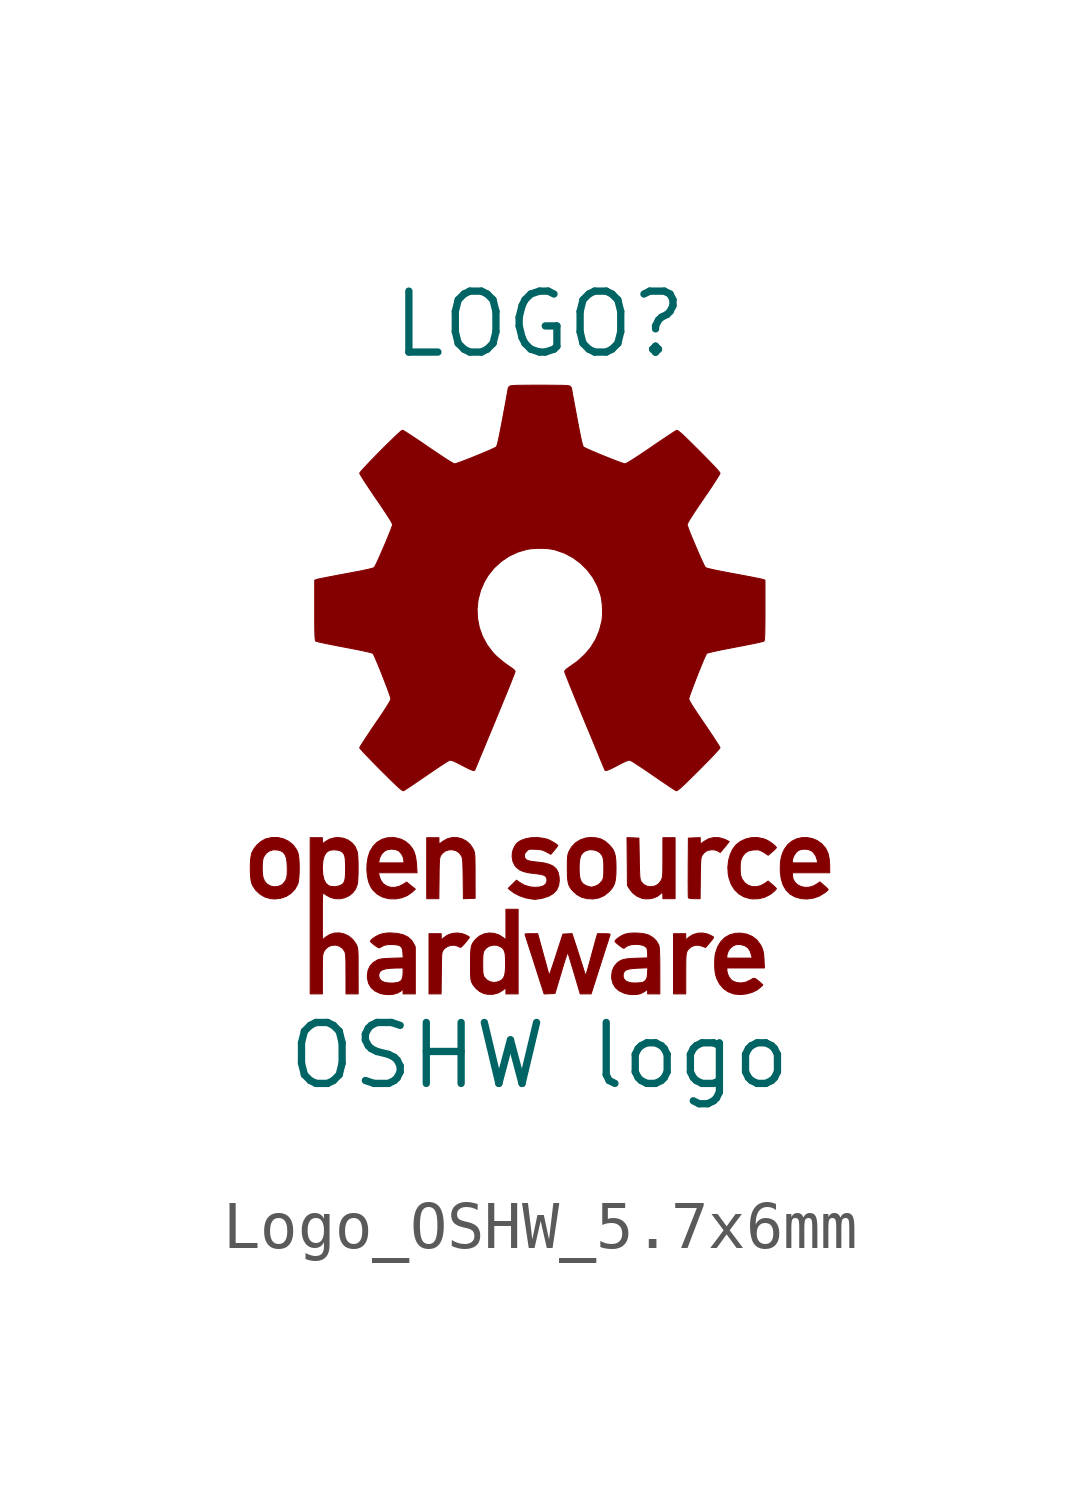
<source format=kicad_sym>
(kicad_symbol_lib
  (version 20231120)
  (generator "kicad_symbol_editor")
  (generator_version "8.0")
  (symbol "Logo_OSHW_5.7x6mm"
    (pin_names
      (offset 1.016))
    (property "Reference" "LOGO"
      (at 0 7.62 0)
      (effects (font (size 1.27 1.27))))
    (property "Value" "OSHW logo"
      (at 0 -7.62 0)
      (effects (font (size 1.27 1.27))))
    (symbol "Logo_OSHW_5.7x6mm_0_0"
      (polyline (pts (xy 3.048 -5.917) (xy 3.048 -5.835) (xy 3.049 -5.724) (xy 3.05 -5.638) (xy 3.052 -5.573) (xy 3.056 -5.526) (xy 3.061 -5.491) (xy 3.067 -5.466) (xy 3.076 -5.445) (xy 3.103 -5.403) (xy 3.164 -5.351) (xy 3.239 -5.323) (xy 3.321 -5.32) (xy 3.404 -5.345) (xy 3.416 -5.35) (xy 3.449 -5.363) (xy 3.465 -5.365) (xy 3.467 -5.362) (xy 3.484 -5.341) (xy 3.516 -5.304) (xy 3.555 -5.257) (xy 3.594 -5.21) (xy 3.619 -5.175) (xy 3.626 -5.154) (xy 3.618 -5.141) (xy 3.615 -5.14) (xy 3.514 -5.09) (xy 3.408 -5.066) (xy 3.301 -5.069) (xy 3.2 -5.099) (xy 3.112 -5.154) (xy 3.048 -5.209) (xy 3.048 -5.145) (xy 3.048 -5.08) (xy 2.921 -5.08) (xy 2.794 -5.08) (xy 2.794 -5.707) (xy 2.794 -6.334) (xy 2.921 -6.334) (xy 3.048 -6.334) (xy 3.048 -5.917)) (stroke (width 0.01) (type default)) (fill (type outline)))
      (polyline (pts (xy -2.045 -5.902) (xy -2.043 -5.782) (xy -2.042 -5.679) (xy -2.04 -5.601) (xy -2.038 -5.542) (xy -2.034 -5.5) (xy -2.029 -5.471) (xy -2.022 -5.449) (xy -2.013 -5.432) (xy -2.002 -5.415) (xy -1.98 -5.39) (xy -1.918 -5.346) (xy -1.843 -5.322) (xy -1.767 -5.32) (xy -1.699 -5.342) (xy -1.667 -5.357) (xy -1.642 -5.365) (xy -1.631 -5.358) (xy -1.604 -5.332) (xy -1.568 -5.294) (xy -1.53 -5.249) (xy -1.496 -5.206) (xy -1.47 -5.172) (xy -1.46 -5.153) (xy -1.469 -5.144) (xy -1.499 -5.126) (xy -1.544 -5.103) (xy -1.607 -5.08) (xy -1.714 -5.065) (xy -1.82 -5.075) (xy -1.92 -5.111) (xy -2.004 -5.171) (xy -2.048 -5.213) (xy -2.048 -5.146) (xy -2.048 -5.08) (xy -2.175 -5.08) (xy -2.302 -5.08) (xy -2.302 -5.707) (xy -2.302 -6.334) (xy -2.176 -6.334) (xy -2.05 -6.334) (xy -2.045 -5.902)) (stroke (width 0.01) (type default)) (fill (type outline)))
      (polyline (pts (xy 2.286 -4.353) (xy 2.376 -4.335) (xy 2.455 -4.303) (xy 2.515 -4.257) (xy 2.533 -4.238) (xy 2.556 -4.225) (xy 2.568 -4.241) (xy 2.572 -4.286) (xy 2.572 -4.35) (xy 2.699 -4.35) (xy 2.826 -4.35) (xy 2.826 -3.715) (xy 2.826 -3.08) (xy 2.699 -3.08) (xy 2.572 -3.08) (xy 2.572 -3.489) (xy 2.572 -3.544) (xy 2.571 -3.657) (xy 2.571 -3.745) (xy 2.569 -3.811) (xy 2.566 -3.86) (xy 2.562 -3.896) (xy 2.555 -3.923) (xy 2.547 -3.946) (xy 2.536 -3.969) (xy 2.529 -3.983) (xy 2.474 -4.049) (xy 2.404 -4.088) (xy 2.317 -4.101) (xy 2.245 -4.091) (xy 2.172 -4.055) (xy 2.117 -3.994) (xy 2.109 -3.978) (xy 2.102 -3.956) (xy 2.096 -3.926) (xy 2.091 -3.884) (xy 2.088 -3.826) (xy 2.085 -3.748) (xy 2.082 -3.646) (xy 2.08 -3.516) (xy 2.072 -3.088) (xy 1.948 -3.083) (xy 1.824 -3.078) (xy 1.829 -3.576) (xy 1.833 -4.074) (xy 1.881 -4.152) (xy 1.942 -4.229) (xy 2.033 -4.299) (xy 2.138 -4.343) (xy 2.194 -4.353) (xy 2.286 -4.353)) (stroke (width 0.01) (type default)) (fill (type outline)))
      (polyline (pts (xy 3.352 -3.925) (xy 3.353 -3.894) (xy 3.354 -3.772) (xy 3.356 -3.678) (xy 3.359 -3.605) (xy 3.362 -3.552) (xy 3.366 -3.513) (xy 3.372 -3.485) (xy 3.38 -3.464) (xy 3.39 -3.445) (xy 3.393 -3.44) (xy 3.43 -3.395) (xy 3.474 -3.36) (xy 3.52 -3.341) (xy 3.592 -3.33) (xy 3.664 -3.336) (xy 3.723 -3.359) (xy 3.767 -3.388) (xy 3.813 -3.333) (xy 3.822 -3.322) (xy 3.866 -3.27) (xy 3.907 -3.219) (xy 3.954 -3.16) (xy 3.886 -3.125) (xy 3.851 -3.109) (xy 3.742 -3.079) (xy 3.632 -3.077) (xy 3.528 -3.102) (xy 3.435 -3.153) (xy 3.406 -3.175) (xy 3.373 -3.198) (xy 3.357 -3.207) (xy 3.356 -3.205) (xy 3.351 -3.183) (xy 3.35 -3.143) (xy 3.35 -3.078) (xy 3.227 -3.083) (xy 3.103 -3.088) (xy 3.099 -3.699) (xy 3.099 -3.724) (xy 3.099 -3.86) (xy 3.098 -3.985) (xy 3.099 -4.096) (xy 3.099 -4.189) (xy 3.1 -4.262) (xy 3.101 -4.31) (xy 3.103 -4.33) (xy 3.115 -4.339) (xy 3.157 -4.347) (xy 3.229 -4.35) (xy 3.347 -4.35) (xy 3.352 -3.925)) (stroke (width 0.01) (type default)) (fill (type outline)))
      (polyline (pts (xy -1.463 -4.346) (xy -1.341 -4.342) (xy -1.342 -3.873) (xy -1.342 -3.848) (xy -1.342 -3.719) (xy -1.343 -3.616) (xy -1.344 -3.537) (xy -1.346 -3.477) (xy -1.349 -3.432) (xy -1.354 -3.397) (xy -1.36 -3.37) (xy -1.369 -3.347) (xy -1.379 -3.322) (xy -1.384 -3.312) (xy -1.443 -3.222) (xy -1.521 -3.152) (xy -1.613 -3.103) (xy -1.713 -3.077) (xy -1.816 -3.076) (xy -1.917 -3.101) (xy -2.009 -3.152) (xy -2.039 -3.175) (xy -2.072 -3.198) (xy -2.088 -3.207) (xy -2.09 -3.205) (xy -2.094 -3.183) (xy -2.095 -3.143) (xy -2.095 -3.08) (xy -2.223 -3.08) (xy -2.349 -3.08) (xy -2.349 -3.715) (xy -2.349 -4.35) (xy -2.224 -4.35) (xy -2.097 -4.35) (xy -2.092 -3.925) (xy -2.092 -3.893) (xy -2.091 -3.772) (xy -2.089 -3.677) (xy -2.086 -3.605) (xy -2.083 -3.551) (xy -2.079 -3.513) (xy -2.073 -3.485) (xy -2.065 -3.464) (xy -2.055 -3.445) (xy -2.023 -3.403) (xy -1.961 -3.357) (xy -1.888 -3.333) (xy -1.811 -3.331) (xy -1.737 -3.351) (xy -1.673 -3.393) (xy -1.625 -3.457) (xy -1.619 -3.471) (xy -1.611 -3.495) (xy -1.605 -3.526) (xy -1.6 -3.568) (xy -1.597 -3.626) (xy -1.594 -3.704) (xy -1.592 -3.805) (xy -1.59 -3.934) (xy -1.585 -4.351) (xy -1.463 -4.346)) (stroke (width 0.01) (type default)) (fill (type outline)))
      (polyline (pts (xy -2.869 -4.331) (xy -2.755 -4.285) (xy -2.659 -4.218) (xy -2.586 -4.151) (xy -2.678 -4.078) (xy -2.769 -4.004) (xy -2.83 -4.045) (xy -2.92 -4.091) (xy -3.015 -4.115) (xy -3.107 -4.112) (xy -3.189 -4.085) (xy -3.259 -4.035) (xy -3.311 -3.962) (xy -3.342 -3.869) (xy -3.353 -3.81) (xy -2.952 -3.81) (xy -2.551 -3.81) (xy -2.561 -3.644) (xy -2.565 -3.597) (xy -2.581 -3.478) (xy -2.609 -3.382) (xy -2.65 -3.302) (xy -2.706 -3.232) (xy -2.786 -3.162) (xy -2.882 -3.111) (xy -2.995 -3.082) (xy -3.037 -3.076) (xy -3.163 -3.08) (xy -3.279 -3.112) (xy -3.38 -3.171) (xy -3.465 -3.256) (xy -3.531 -3.366) (xy -3.535 -3.376) (xy -3.572 -3.49) (xy -3.59 -3.604) (xy -3.351 -3.604) (xy -3.341 -3.544) (xy -3.33 -3.499) (xy -3.288 -3.416) (xy -3.223 -3.354) (xy -3.164 -3.328) (xy -3.087 -3.317) (xy -3.008 -3.324) (xy -2.942 -3.349) (xy -2.917 -3.368) (xy -2.871 -3.423) (xy -2.838 -3.49) (xy -2.826 -3.555) (xy -2.826 -3.604) (xy -3.088 -3.604) (xy -3.351 -3.604) (xy -3.59 -3.604) (xy -3.593 -3.619) (xy -3.597 -3.753) (xy -3.585 -3.885) (xy -3.557 -4.005) (xy -3.513 -4.107) (xy -3.471 -4.168) (xy -3.384 -4.253) (xy -3.278 -4.313) (xy -3.152 -4.348) (xy -3.123 -4.352) (xy -2.994 -4.354) (xy -2.869 -4.331)) (stroke (width 0.01) (type default)) (fill (type outline)))
      (polyline (pts (xy 4.566 -4.351) (xy 4.691 -4.321) (xy 4.802 -4.265) (xy 4.809 -4.261) (xy 4.854 -4.227) (xy 4.895 -4.191) (xy 4.925 -4.161) (xy 4.937 -4.142) (xy 4.937 -4.141) (xy 4.924 -4.124) (xy 4.894 -4.094) (xy 4.851 -4.056) (xy 4.765 -3.983) (xy 4.695 -4.032) (xy 4.619 -4.075) (xy 4.526 -4.1) (xy 4.434 -4.099) (xy 4.35 -4.072) (xy 4.278 -4.02) (xy 4.223 -3.945) (xy 4.215 -3.929) (xy 4.199 -3.888) (xy 4.189 -3.845) (xy 4.184 -3.791) (xy 4.183 -3.715) (xy 4.183 -3.684) (xy 4.185 -3.617) (xy 4.192 -3.568) (xy 4.204 -3.527) (xy 4.224 -3.484) (xy 4.243 -3.45) (xy 4.293 -3.393) (xy 4.358 -3.355) (xy 4.442 -3.336) (xy 4.551 -3.332) (xy 4.575 -3.337) (xy 4.627 -3.357) (xy 4.683 -3.389) (xy 4.766 -3.445) (xy 4.852 -3.372) (xy 4.855 -3.37) (xy 4.896 -3.332) (xy 4.926 -3.302) (xy 4.937 -3.286) (xy 4.936 -3.281) (xy 4.916 -3.257) (xy 4.879 -3.223) (xy 4.832 -3.187) (xy 4.781 -3.153) (xy 4.734 -3.127) (xy 4.666 -3.1) (xy 4.542 -3.076) (xy 4.417 -3.078) (xy 4.297 -3.106) (xy 4.186 -3.158) (xy 4.093 -3.233) (xy 4.029 -3.316) (xy 3.975 -3.429) (xy 3.94 -3.557) (xy 3.925 -3.694) (xy 3.933 -3.832) (xy 3.951 -3.924) (xy 3.998 -4.054) (xy 4.066 -4.163) (xy 4.155 -4.25) (xy 4.261 -4.312) (xy 4.385 -4.348) (xy 4.436 -4.355) (xy 4.566 -4.351)) (stroke (width 0.01) (type default)) (fill (type outline)))
      (polyline (pts (xy 5.703 -4.34) (xy 5.83 -4.296) (xy 5.943 -4.228) (xy 5.975 -4.202) (xy 6.005 -4.175) (xy 6.017 -4.16) (xy 6.016 -4.16) (xy 6.003 -4.143) (xy 5.972 -4.113) (xy 5.93 -4.075) (xy 5.843 -4) (xy 5.775 -4.048) (xy 5.714 -4.083) (xy 5.625 -4.11) (xy 5.537 -4.115) (xy 5.454 -4.098) (xy 5.381 -4.062) (xy 5.323 -4.009) (xy 5.284 -3.941) (xy 5.271 -3.858) (xy 5.271 -3.81) (xy 5.659 -3.81) (xy 6.048 -3.81) (xy 6.048 -3.671) (xy 6.048 -3.662) (xy 6.038 -3.523) (xy 6.013 -3.406) (xy 5.971 -3.314) (xy 5.957 -3.292) (xy 5.878 -3.204) (xy 5.785 -3.138) (xy 5.682 -3.096) (xy 5.572 -3.076) (xy 5.462 -3.079) (xy 5.356 -3.105) (xy 5.258 -3.153) (xy 5.173 -3.224) (xy 5.105 -3.318) (xy 5.069 -3.394) (xy 5.039 -3.489) (xy 5.027 -3.561) (xy 5.271 -3.561) (xy 5.277 -3.518) (xy 5.303 -3.453) (xy 5.343 -3.392) (xy 5.388 -3.35) (xy 5.445 -3.327) (xy 5.524 -3.317) (xy 5.602 -3.326) (xy 5.668 -3.354) (xy 5.701 -3.38) (xy 5.756 -3.452) (xy 5.787 -3.544) (xy 5.798 -3.604) (xy 5.534 -3.604) (xy 5.271 -3.604) (xy 5.271 -3.561) (xy 5.027 -3.561) (xy 5.022 -3.595) (xy 5.017 -3.723) (xy 5.018 -3.784) (xy 5.037 -3.936) (xy 5.077 -4.065) (xy 5.139 -4.171) (xy 5.221 -4.254) (xy 5.325 -4.313) (xy 5.449 -4.348) (xy 5.569 -4.357) (xy 5.703 -4.34)) (stroke (width 0.01) (type default)) (fill (type outline)))
      (polyline (pts (xy -5.393 -4.342) (xy -5.279 -4.303) (xy -5.179 -4.239) (xy -5.097 -4.153) (xy -5.038 -4.048) (xy -5.035 -4.04) (xy -5.022 -3.982) (xy -5.013 -3.902) (xy -5.007 -3.807) (xy -5.006 -3.705) (xy -5.008 -3.604) (xy -5.014 -3.511) (xy -5.024 -3.434) (xy -5.038 -3.381) (xy -5.066 -3.323) (xy -5.137 -3.228) (xy -5.228 -3.154) (xy -5.334 -3.103) (xy -5.45 -3.076) (xy -5.574 -3.075) (xy -5.699 -3.103) (xy -5.718 -3.11) (xy -5.803 -3.159) (xy -5.884 -3.228) (xy -5.95 -3.311) (xy -5.994 -3.397) (xy -5.996 -3.403) (xy -6.011 -3.473) (xy -6.021 -3.563) (xy -6.026 -3.661) (xy -5.777 -3.661) (xy -5.772 -3.58) (xy -5.762 -3.52) (xy -5.748 -3.481) (xy -5.7 -3.408) (xy -5.633 -3.358) (xy -5.551 -3.332) (xy -5.458 -3.335) (xy -5.398 -3.35) (xy -5.342 -3.382) (xy -5.302 -3.431) (xy -5.275 -3.501) (xy -5.26 -3.595) (xy -5.255 -3.715) (xy -5.255 -3.789) (xy -5.258 -3.852) (xy -5.264 -3.897) (xy -5.274 -3.933) (xy -5.29 -3.969) (xy -5.302 -3.99) (xy -5.338 -4.035) (xy -5.374 -4.066) (xy -5.442 -4.093) (xy -5.527 -4.103) (xy -5.607 -4.086) (xy -5.677 -4.045) (xy -5.73 -3.984) (xy -5.762 -3.903) (xy -5.772 -3.835) (xy -5.777 -3.75) (xy -5.777 -3.661) (xy -6.026 -3.661) (xy -6.026 -3.666) (xy -6.026 -3.773) (xy -6.021 -3.874) (xy -6.011 -3.962) (xy -5.996 -4.028) (xy -5.973 -4.081) (xy -5.908 -4.177) (xy -5.822 -4.257) (xy -5.72 -4.316) (xy -5.608 -4.348) (xy -5.517 -4.356) (xy -5.393 -4.342)) (stroke (width 0.01) (type default)) (fill (type outline)))
      (polyline (pts (xy 4.317 -6.334) (xy 4.434 -6.301) (xy 4.537 -6.251) (xy 4.618 -6.185) (xy 4.655 -6.146) (xy 4.596 -6.093) (xy 4.587 -6.086) (xy 4.535 -6.041) (xy 4.498 -6.017) (xy 4.469 -6.009) (xy 4.441 -6.017) (xy 4.406 -6.039) (xy 4.397 -6.045) (xy 4.303 -6.089) (xy 4.205 -6.107) (xy 4.11 -6.099) (xy 4.023 -6.064) (xy 3.992 -6.038) (xy 3.948 -5.98) (xy 3.917 -5.911) (xy 3.905 -5.845) (xy 3.905 -5.794) (xy 4.296 -5.794) (xy 4.688 -5.794) (xy 4.679 -5.622) (xy 4.679 -5.611) (xy 4.673 -5.526) (xy 4.664 -5.463) (xy 4.651 -5.411) (xy 4.631 -5.361) (xy 4.604 -5.309) (xy 4.529 -5.21) (xy 4.434 -5.137) (xy 4.321 -5.089) (xy 4.192 -5.068) (xy 4.081 -5.072) (xy 3.965 -5.103) (xy 3.864 -5.16) (xy 3.78 -5.244) (xy 3.714 -5.352) (xy 3.669 -5.483) (xy 3.664 -5.505) (xy 3.659 -5.545) (xy 3.905 -5.545) (xy 3.908 -5.517) (xy 3.932 -5.447) (xy 3.976 -5.382) (xy 4.034 -5.335) (xy 4.069 -5.317) (xy 4.12 -5.305) (xy 4.182 -5.305) (xy 4.188 -5.306) (xy 4.274 -5.327) (xy 4.341 -5.371) (xy 4.39 -5.441) (xy 4.421 -5.536) (xy 4.432 -5.588) (xy 4.168 -5.588) (xy 3.905 -5.588) (xy 3.905 -5.545) (xy 3.659 -5.545) (xy 3.655 -5.582) (xy 3.651 -5.676) (xy 3.652 -5.773) (xy 3.658 -5.862) (xy 3.669 -5.931) (xy 3.695 -6.015) (xy 3.754 -6.129) (xy 3.833 -6.222) (xy 3.93 -6.29) (xy 4.044 -6.333) (xy 4.077 -6.339) (xy 4.196 -6.348) (xy 4.317 -6.334)) (stroke (width 0.01) (type default)) (fill (type outline)))
      (polyline (pts (xy 1.238 -4.335) (xy 1.348 -4.286) (xy 1.447 -4.207) (xy 1.462 -4.191) (xy 1.511 -4.135) (xy 1.546 -4.077) (xy 1.57 -4.013) (xy 1.585 -3.935) (xy 1.593 -3.837) (xy 1.595 -3.715) (xy 1.595 -3.68) (xy 1.592 -3.564) (xy 1.582 -3.472) (xy 1.565 -3.398) (xy 1.538 -3.336) (xy 1.499 -3.28) (xy 1.447 -3.223) (xy 1.369 -3.155) (xy 1.282 -3.107) (xy 1.184 -3.082) (xy 1.067 -3.075) (xy 0.968 -3.085) (xy 0.853 -3.123) (xy 0.751 -3.187) (xy 0.669 -3.273) (xy 0.609 -3.381) (xy 0.601 -3.403) (xy 0.592 -3.438) (xy 0.586 -3.482) (xy 0.582 -3.54) (xy 0.58 -3.618) (xy 0.58 -3.715) (xy 0.826 -3.715) (xy 0.829 -3.615) (xy 0.841 -3.518) (xy 0.865 -3.445) (xy 0.902 -3.393) (xy 0.954 -3.357) (xy 1.024 -3.334) (xy 1.056 -3.329) (xy 1.128 -3.334) (xy 1.198 -3.354) (xy 1.252 -3.386) (xy 1.276 -3.41) (xy 1.304 -3.447) (xy 1.323 -3.49) (xy 1.334 -3.544) (xy 1.34 -3.617) (xy 1.341 -3.715) (xy 1.341 -3.752) (xy 1.339 -3.833) (xy 1.335 -3.891) (xy 1.327 -3.932) (xy 1.315 -3.961) (xy 1.295 -3.993) (xy 1.232 -4.057) (xy 1.151 -4.094) (xy 1.136 -4.098) (xy 1.098 -4.107) (xy 1.079 -4.11) (xy 1.044 -4.102) (xy 0.967 -4.078) (xy 0.909 -4.042) (xy 0.869 -3.993) (xy 0.843 -3.924) (xy 0.83 -3.833) (xy 0.826 -3.715) (xy 0.58 -3.715) (xy 0.58 -3.723) (xy 0.581 -3.837) (xy 0.586 -3.931) (xy 0.596 -4.005) (xy 0.612 -4.064) (xy 0.637 -4.115) (xy 0.671 -4.162) (xy 0.718 -4.211) (xy 0.783 -4.267) (xy 0.88 -4.321) (xy 0.991 -4.349) (xy 1.116 -4.356) (xy 1.238 -4.335)) (stroke (width 0.01) (type default)) (fill (type outline)))
      (polyline (pts (xy -0.964 -6.342) (xy -0.856 -6.313) (xy -0.76 -6.255) (xy -0.699 -6.206) (xy -0.699 -6.27) (xy -0.699 -6.334) (xy -0.572 -6.334) (xy -0.445 -6.334) (xy -0.445 -5.453) (xy -0.445 -4.572) (xy -0.572 -4.572) (xy -0.699 -4.572) (xy -0.699 -4.891) (xy -0.699 -5.21) (xy -0.75 -5.166) (xy -0.843 -5.106) (xy -0.946 -5.072) (xy -1.051 -5.065) (xy -1.155 -5.084) (xy -1.25 -5.129) (xy -1.332 -5.199) (xy -1.334 -5.202) (xy -1.366 -5.241) (xy -1.391 -5.276) (xy -1.409 -5.314) (xy -1.422 -5.359) (xy -1.43 -5.416) (xy -1.434 -5.489) (xy -1.436 -5.585) (xy -1.437 -5.707) (xy -1.183 -5.707) (xy -1.183 -5.698) (xy -1.182 -5.607) (xy -1.179 -5.54) (xy -1.174 -5.494) (xy -1.166 -5.46) (xy -1.154 -5.433) (xy -1.11 -5.378) (xy -1.044 -5.338) (xy -0.967 -5.318) (xy -0.888 -5.321) (xy -0.814 -5.349) (xy -0.775 -5.377) (xy -0.746 -5.41) (xy -0.726 -5.454) (xy -0.714 -5.513) (xy -0.708 -5.593) (xy -0.707 -5.699) (xy -0.708 -5.791) (xy -0.715 -5.883) (xy -0.728 -5.952) (xy -0.751 -6.003) (xy -0.783 -6.04) (xy -0.827 -6.068) (xy -0.831 -6.07) (xy -0.887 -6.088) (xy -0.945 -6.096) (xy -0.946 -6.096) (xy -1.028 -6.082) (xy -1.099 -6.043) (xy -1.15 -5.985) (xy -1.158 -5.972) (xy -1.169 -5.945) (xy -1.176 -5.911) (xy -1.18 -5.864) (xy -1.182 -5.798) (xy -1.183 -5.707) (xy -1.437 -5.707) (xy -1.437 -5.767) (xy -1.436 -5.865) (xy -1.435 -5.938) (xy -1.432 -5.992) (xy -1.428 -6.032) (xy -1.421 -6.063) (xy -1.412 -6.089) (xy -1.4 -6.116) (xy -1.385 -6.142) (xy -1.323 -6.221) (xy -1.245 -6.285) (xy -1.159 -6.326) (xy -1.078 -6.343) (xy -0.964 -6.342)) (stroke (width 0.01) (type default)) (fill (type outline)))
      (polyline (pts (xy -3.051 -6.343) (xy -2.961 -6.318) (xy -2.89 -6.277) (xy -2.842 -6.236) (xy -2.842 -6.285) (xy -2.842 -6.334) (xy -2.715 -6.334) (xy -2.588 -6.334) (xy -2.588 -5.845) (xy -2.588 -5.356) (xy -2.627 -5.277) (xy -2.665 -5.219) (xy -2.739 -5.151) (xy -2.837 -5.103) (xy -2.959 -5.074) (xy -3.106 -5.064) (xy -3.162 -5.065) (xy -3.249 -5.075) (xy -3.327 -5.098) (xy -3.374 -5.119) (xy -3.429 -5.15) (xy -3.477 -5.184) (xy -3.511 -5.215) (xy -3.524 -5.238) (xy -3.524 -5.239) (xy -3.511 -5.255) (xy -3.479 -5.284) (xy -3.435 -5.319) (xy -3.4 -5.344) (xy -3.362 -5.367) (xy -3.338 -5.374) (xy -3.32 -5.368) (xy -3.298 -5.353) (xy -3.233 -5.321) (xy -3.157 -5.306) (xy -3.062 -5.305) (xy -3.045 -5.306) (xy -2.963 -5.314) (xy -2.907 -5.332) (xy -2.872 -5.363) (xy -2.853 -5.411) (xy -2.845 -5.48) (xy -2.84 -5.584) (xy -3.075 -5.591) (xy -3.107 -5.592) (xy -3.206 -5.597) (xy -3.28 -5.604) (xy -3.335 -5.613) (xy -3.373 -5.626) (xy -3.377 -5.628) (xy -3.467 -5.683) (xy -3.533 -5.758) (xy -3.574 -5.851) (xy -3.586 -5.953) (xy -3.35 -5.953) (xy -3.342 -5.903) (xy -3.317 -5.862) (xy -3.27 -5.832) (xy -3.2 -5.811) (xy -3.105 -5.8) (xy -2.981 -5.795) (xy -2.842 -5.794) (xy -2.842 -5.894) (xy -2.846 -5.963) (xy -2.861 -6.025) (xy -2.891 -6.066) (xy -2.937 -6.091) (xy -2.992 -6.103) (xy -3.069 -6.109) (xy -3.149 -6.106) (xy -3.22 -6.096) (xy -3.23 -6.093) (xy -3.294 -6.062) (xy -3.335 -6.014) (xy -3.35 -5.953) (xy -3.586 -5.953) (xy -3.587 -5.961) (xy -3.585 -6.01) (xy -3.56 -6.115) (xy -3.509 -6.202) (xy -3.432 -6.271) (xy -3.33 -6.32) (xy -3.258 -6.339) (xy -3.153 -6.35) (xy -3.051 -6.343)) (stroke (width 0.01) (type default)) (fill (type outline)))
      (polyline (pts (xy -0.083 -4.362) (xy -0.04 -4.357) (xy 0.016 -4.349) (xy 0.075 -4.337) (xy 0.195 -4.297) (xy 0.29 -4.24) (xy 0.358 -4.167) (xy 0.399 -4.077) (xy 0.413 -3.972) (xy 0.409 -3.898) (xy 0.39 -3.806) (xy 0.351 -3.733) (xy 0.291 -3.676) (xy 0.207 -3.635) (xy 0.098 -3.606) (xy -0.04 -3.588) (xy -0.105 -3.581) (xy -0.188 -3.569) (xy -0.247 -3.553) (xy -0.284 -3.532) (xy -0.305 -3.502) (xy -0.315 -3.463) (xy -0.315 -3.442) (xy -0.304 -3.404) (xy -0.27 -3.363) (xy -0.268 -3.361) (xy -0.244 -3.338) (xy -0.222 -3.325) (xy -0.193 -3.319) (xy -0.149 -3.318) (xy -0.083 -3.321) (xy -0.012 -3.325) (xy 0.045 -3.334) (xy 0.094 -3.35) (xy 0.146 -3.376) (xy 0.236 -3.425) (xy 0.308 -3.341) (xy 0.31 -3.339) (xy 0.346 -3.295) (xy 0.371 -3.261) (xy 0.381 -3.243) (xy 0.373 -3.232) (xy 0.344 -3.209) (xy 0.3 -3.181) (xy 0.249 -3.152) (xy 0.199 -3.126) (xy 0.157 -3.11) (xy 0.094 -3.094) (xy -0.032 -3.077) (xy -0.159 -3.078) (xy -0.278 -3.098) (xy -0.379 -3.134) (xy -0.422 -3.158) (xy -0.471 -3.195) (xy -0.507 -3.242) (xy -0.541 -3.309) (xy -0.564 -3.381) (xy -0.57 -3.479) (xy -0.553 -3.574) (xy -0.513 -3.657) (xy -0.48 -3.697) (xy -0.418 -3.747) (xy -0.34 -3.783) (xy -0.239 -3.809) (xy -0.111 -3.826) (xy -0.065 -3.83) (xy 0.022 -3.843) (xy 0.084 -3.859) (xy 0.123 -3.881) (xy 0.146 -3.91) (xy 0.156 -3.95) (xy 0.155 -3.989) (xy 0.132 -4.044) (xy 0.082 -4.084) (xy 0.006 -4.107) (xy -0.097 -4.114) (xy -0.194 -4.105) (xy -0.315 -4.069) (xy -0.42 -4.008) (xy -0.478 -3.964) (xy -0.565 -4.05) (xy -0.652 -4.135) (xy -0.6 -4.179) (xy -0.528 -4.231) (xy -0.416 -4.289) (xy -0.294 -4.332) (xy -0.175 -4.355) (xy -0.17 -4.355) (xy -0.129 -4.36) (xy -0.103 -4.363) (xy -0.083 -4.362)) (stroke (width 0.01) (type default)) (fill (type outline)))
      (polyline (pts (xy 2.025 -6.346) (xy 2.097 -6.332) (xy 2.102 -6.33) (xy 2.153 -6.306) (xy 2.203 -6.276) (xy 2.254 -6.237) (xy 2.254 -6.286) (xy 2.254 -6.334) (xy 2.381 -6.334) (xy 2.508 -6.334) (xy 2.508 -5.864) (xy 2.508 -5.839) (xy 2.507 -5.676) (xy 2.505 -5.544) (xy 2.501 -5.442) (xy 2.496 -5.371) (xy 2.49 -5.332) (xy 2.482 -5.309) (xy 2.435 -5.23) (xy 2.366 -5.162) (xy 2.283 -5.112) (xy 2.274 -5.108) (xy 2.191 -5.084) (xy 2.09 -5.07) (xy 1.982 -5.065) (xy 1.879 -5.07) (xy 1.792 -5.087) (xy 1.775 -5.092) (xy 1.722 -5.116) (xy 1.668 -5.148) (xy 1.619 -5.183) (xy 1.585 -5.215) (xy 1.572 -5.239) (xy 1.572 -5.24) (xy 1.587 -5.258) (xy 1.62 -5.288) (xy 1.665 -5.325) (xy 1.679 -5.335) (xy 1.723 -5.367) (xy 1.75 -5.382) (xy 1.767 -5.382) (xy 1.78 -5.371) (xy 1.793 -5.358) (xy 1.846 -5.328) (xy 1.915 -5.309) (xy 1.993 -5.302) (xy 2.072 -5.305) (xy 2.144 -5.319) (xy 2.202 -5.344) (xy 2.237 -5.379) (xy 2.243 -5.396) (xy 2.251 -5.443) (xy 2.254 -5.498) (xy 2.254 -5.584) (xy 2.02 -5.591) (xy 1.914 -5.596) (xy 1.824 -5.604) (xy 1.755 -5.616) (xy 1.701 -5.635) (xy 1.656 -5.661) (xy 1.614 -5.696) (xy 1.559 -5.761) (xy 1.517 -5.854) (xy 1.502 -5.962) (xy 1.503 -5.967) (xy 1.742 -5.967) (xy 1.748 -5.906) (xy 1.758 -5.884) (xy 1.782 -5.853) (xy 1.82 -5.83) (xy 1.876 -5.815) (xy 1.955 -5.805) (xy 2.06 -5.798) (xy 2.258 -5.79) (xy 2.252 -5.903) (xy 2.248 -5.953) (xy 2.24 -5.999) (xy 2.226 -6.031) (xy 2.203 -6.059) (xy 2.179 -6.079) (xy 2.15 -6.094) (xy 2.109 -6.101) (xy 2.045 -6.105) (xy 2.03 -6.106) (xy 1.962 -6.107) (xy 1.912 -6.103) (xy 1.869 -6.094) (xy 1.82 -6.076) (xy 1.798 -6.065) (xy 1.76 -6.023) (xy 1.742 -5.967) (xy 1.503 -5.967) (xy 1.505 -6.016) (xy 1.531 -6.118) (xy 1.583 -6.203) (xy 1.662 -6.271) (xy 1.767 -6.321) (xy 1.846 -6.34) (xy 1.937 -6.348) (xy 2.025 -6.346)) (stroke (width 0.01) (type default)) (fill (type outline)))
      (polyline (pts (xy 0.21 -6.331) (xy 0.323 -6.326) (xy 0.453 -5.891) (xy 0.461 -5.864) (xy 0.493 -5.756) (xy 0.523 -5.659) (xy 0.549 -5.579) (xy 0.57 -5.518) (xy 0.584 -5.481) (xy 0.59 -5.47) (xy 0.59 -5.471) (xy 0.598 -5.492) (xy 0.613 -5.54) (xy 0.634 -5.609) (xy 0.66 -5.697) (xy 0.691 -5.798) (xy 0.724 -5.909) (xy 0.849 -6.334) (xy 0.963 -6.334) (xy 1.077 -6.334) (xy 1.093 -6.282) (xy 1.1 -6.261) (xy 1.123 -6.188) (xy 1.152 -6.098) (xy 1.185 -5.995) (xy 1.22 -5.883) (xy 1.258 -5.765) (xy 1.296 -5.646) (xy 1.334 -5.529) (xy 1.369 -5.419) (xy 1.401 -5.319) (xy 1.429 -5.234) (xy 1.45 -5.166) (xy 1.465 -5.122) (xy 1.471 -5.103) (xy 1.472 -5.101) (xy 1.469 -5.09) (xy 1.45 -5.084) (xy 1.411 -5.081) (xy 1.344 -5.08) (xy 1.209 -5.08) (xy 1.185 -5.163) (xy 1.183 -5.171) (xy 1.169 -5.219) (xy 1.15 -5.29) (xy 1.126 -5.377) (xy 1.099 -5.476) (xy 1.071 -5.58) (xy 1.057 -5.632) (xy 1.027 -5.74) (xy 1.004 -5.823) (xy 0.987 -5.881) (xy 0.974 -5.918) (xy 0.964 -5.937) (xy 0.957 -5.94) (xy 0.951 -5.931) (xy 0.946 -5.911) (xy 0.94 -5.89) (xy 0.924 -5.84) (xy 0.902 -5.769) (xy 0.874 -5.681) (xy 0.842 -5.581) (xy 0.807 -5.472) (xy 0.679 -5.079) (xy 0.584 -5.083) (xy 0.488 -5.088) (xy 0.351 -5.513) (xy 0.346 -5.53) (xy 0.31 -5.639) (xy 0.278 -5.736) (xy 0.25 -5.818) (xy 0.228 -5.882) (xy 0.213 -5.923) (xy 0.206 -5.937) (xy 0.202 -5.933) (xy 0.19 -5.905) (xy 0.177 -5.862) (xy 0.174 -5.849) (xy 0.16 -5.8) (xy 0.141 -5.728) (xy 0.117 -5.639) (xy 0.089 -5.539) (xy 0.06 -5.433) (xy -0.037 -5.08) (xy -0.169 -5.08) (xy -0.192 -5.08) (xy -0.248 -5.081) (xy -0.287 -5.084) (xy -0.302 -5.087) (xy -0.3 -5.095) (xy -0.29 -5.128) (xy -0.273 -5.183) (xy -0.25 -5.254) (xy -0.224 -5.337) (xy -0.214 -5.367) (xy -0.182 -5.465) (xy -0.145 -5.581) (xy -0.105 -5.707) (xy -0.063 -5.836) (xy -0.024 -5.958) (xy 0.097 -6.335) (xy 0.21 -6.331)) (stroke (width 0.01) (type default)) (fill (type outline)))
      (polyline (pts (xy -4.524 -5.925) (xy -4.524 -5.869) (xy -4.524 -5.756) (xy -4.523 -5.669) (xy -4.522 -5.603) (xy -4.519 -5.554) (xy -4.514 -5.518) (xy -4.508 -5.491) (xy -4.5 -5.468) (xy -4.489 -5.446) (xy -4.454 -5.395) (xy -4.393 -5.347) (xy -4.321 -5.321) (xy -4.246 -5.318) (xy -4.173 -5.338) (xy -4.109 -5.38) (xy -4.06 -5.445) (xy -4.055 -5.457) (xy -4.047 -5.48) (xy -4.042 -5.511) (xy -4.038 -5.553) (xy -4.035 -5.61) (xy -4.033 -5.688) (xy -4.033 -5.789) (xy -4.032 -5.917) (xy -4.032 -6.334) (xy -3.905 -6.334) (xy -3.778 -6.334) (xy -3.779 -5.862) (xy -3.779 -5.824) (xy -3.779 -5.697) (xy -3.779 -5.596) (xy -3.78 -5.518) (xy -3.783 -5.459) (xy -3.786 -5.415) (xy -3.791 -5.382) (xy -3.797 -5.356) (xy -3.805 -5.334) (xy -3.816 -5.31) (xy -3.83 -5.284) (xy -3.895 -5.196) (xy -3.977 -5.129) (xy -4.071 -5.084) (xy -4.171 -5.063) (xy -4.273 -5.067) (xy -4.371 -5.098) (xy -4.461 -5.155) (xy -4.524 -5.209) (xy -4.524 -4.715) (xy -4.524 -4.653) (xy -4.524 -4.522) (xy -4.523 -4.42) (xy -4.521 -4.342) (xy -4.519 -4.287) (xy -4.515 -4.253) (xy -4.51 -4.235) (xy -4.505 -4.232) (xy -4.502 -4.234) (xy -4.474 -4.253) (xy -4.437 -4.279) (xy -4.358 -4.323) (xy -4.258 -4.35) (xy -4.156 -4.352) (xy -4.058 -4.331) (xy -3.967 -4.288) (xy -3.89 -4.226) (xy -3.831 -4.145) (xy -3.796 -4.048) (xy -3.794 -4.041) (xy -3.787 -3.983) (xy -3.783 -3.903) (xy -3.78 -3.808) (xy -3.779 -3.706) (xy -3.78 -3.604) (xy -3.783 -3.511) (xy -3.788 -3.434) (xy -3.796 -3.381) (xy -3.799 -3.369) (xy -3.838 -3.273) (xy -3.902 -3.192) (xy -3.986 -3.13) (xy -4.085 -3.09) (xy -4.194 -3.076) (xy -4.268 -3.081) (xy -4.374 -3.11) (xy -4.472 -3.168) (xy -4.524 -3.208) (xy -4.524 -3.144) (xy -4.524 -3.08) (xy -4.651 -3.08) (xy -4.778 -3.08) (xy -4.778 -3.715) (xy -4.524 -3.715) (xy -4.524 -3.669) (xy -4.511 -3.547) (xy -4.484 -3.453) (xy -4.441 -3.386) (xy -4.383 -3.347) (xy -4.345 -3.337) (xy -4.274 -3.332) (xy -4.202 -3.339) (xy -4.145 -3.357) (xy -4.136 -3.362) (xy -4.101 -3.386) (xy -4.075 -3.418) (xy -4.058 -3.462) (xy -4.047 -3.522) (xy -4.042 -3.605) (xy -4.04 -3.715) (xy -4.04 -3.728) (xy -4.042 -3.835) (xy -4.048 -3.916) (xy -4.059 -3.975) (xy -4.078 -4.017) (xy -4.104 -4.047) (xy -4.14 -4.069) (xy -4.175 -4.084) (xy -4.263 -4.101) (xy -4.35 -4.095) (xy -4.396 -4.077) (xy -4.452 -4.028) (xy -4.492 -3.951) (xy -4.516 -3.846) (xy -4.524 -3.715) (xy -4.778 -3.715) (xy -4.778 -4.707) (xy -4.778 -6.334) (xy -4.651 -6.334) (xy -4.524 -6.334) (xy -4.524 -5.925)) (stroke (width 0.01) (type default)) (fill (type outline)))
      (polyline (pts (xy 2.871 -2.095) (xy 2.894 -2.079) (xy 2.929 -2.052) (xy 2.975 -2.01) (xy 3.035 -1.953) (xy 3.111 -1.879) (xy 3.206 -1.786) (xy 3.321 -1.672) (xy 3.347 -1.646) (xy 3.442 -1.549) (xy 3.53 -1.46) (xy 3.607 -1.38) (xy 3.671 -1.312) (xy 3.72 -1.258) (xy 3.751 -1.222) (xy 3.762 -1.205) (xy 3.754 -1.188) (xy 3.73 -1.147) (xy 3.691 -1.086) (xy 3.641 -1.008) (xy 3.58 -0.917) (xy 3.512 -0.815) (xy 3.437 -0.705) (xy 3.385 -0.628) (xy 3.298 -0.5) (xy 3.229 -0.395) (xy 3.176 -0.313) (xy 3.14 -0.251) (xy 3.118 -0.21) (xy 3.111 -0.187) (xy 3.116 -0.164) (xy 3.132 -0.116) (xy 3.156 -0.047) (xy 3.188 0.038) (xy 3.224 0.134) (xy 3.264 0.237) (xy 3.305 0.342) (xy 3.346 0.444) (xy 3.385 0.54) (xy 3.42 0.624) (xy 3.45 0.692) (xy 3.472 0.739) (xy 3.485 0.761) (xy 3.491 0.764) (xy 3.527 0.776) (xy 3.59 0.791) (xy 3.679 0.811) (xy 3.792 0.835) (xy 3.927 0.861) (xy 4.08 0.891) (xy 4.081 0.891) (xy 4.212 0.916) (xy 4.334 0.94) (xy 4.443 0.962) (xy 4.536 0.981) (xy 4.608 0.998) (xy 4.656 1.01) (xy 4.676 1.017) (xy 4.682 1.025) (xy 4.686 1.043) (xy 4.69 1.073) (xy 4.693 1.117) (xy 4.696 1.18) (xy 4.697 1.262) (xy 4.698 1.368) (xy 4.699 1.5) (xy 4.699 1.661) (xy 4.699 2.287) (xy 4.663 2.301) (xy 4.641 2.307) (xy 4.59 2.318) (xy 4.516 2.333) (xy 4.422 2.352) (xy 4.311 2.373) (xy 4.188 2.396) (xy 4.056 2.421) (xy 3.93 2.444) (xy 3.785 2.472) (xy 3.67 2.495) (xy 3.581 2.515) (xy 3.517 2.53) (xy 3.476 2.543) (xy 3.458 2.553) (xy 3.452 2.561) (xy 3.432 2.597) (xy 3.404 2.655) (xy 3.369 2.731) (xy 3.329 2.82) (xy 3.287 2.918) (xy 3.244 3.019) (xy 3.201 3.119) (xy 3.162 3.214) (xy 3.128 3.299) (xy 3.102 3.369) (xy 3.084 3.419) (xy 3.077 3.445) (xy 3.078 3.451) (xy 3.092 3.482) (xy 3.122 3.536) (xy 3.169 3.612) (xy 3.234 3.712) (xy 3.317 3.836) (xy 3.419 3.984) (xy 3.43 4.001) (xy 3.507 4.113) (xy 3.577 4.217) (xy 3.638 4.311) (xy 3.689 4.39) (xy 3.729 4.453) (xy 3.754 4.496) (xy 3.762 4.516) (xy 3.761 4.521) (xy 3.741 4.549) (xy 3.7 4.598) (xy 3.637 4.666) (xy 3.553 4.754) (xy 3.45 4.859) (xy 3.327 4.983) (xy 3.301 5.009) (xy 3.19 5.119) (xy 3.099 5.209) (xy 3.026 5.279) (xy 2.969 5.333) (xy 2.925 5.371) (xy 2.894 5.395) (xy 2.873 5.407) (xy 2.86 5.41) (xy 2.859 5.409) (xy 2.835 5.396) (xy 2.788 5.367) (xy 2.723 5.324) (xy 2.64 5.269) (xy 2.545 5.205) (xy 2.438 5.133) (xy 2.325 5.056) (xy 2.263 5.013) (xy 2.132 4.925) (xy 2.019 4.85) (xy 1.927 4.791) (xy 1.856 4.747) (xy 1.808 4.72) (xy 1.784 4.711) (xy 1.779 4.711) (xy 1.746 4.721) (xy 1.69 4.74) (xy 1.616 4.767) (xy 1.528 4.801) (xy 1.432 4.839) (xy 1.332 4.879) (xy 1.233 4.92) (xy 1.139 4.96) (xy 1.056 4.995) (xy 0.988 5.026) (xy 0.94 5.049) (xy 0.917 5.063) (xy 0.914 5.066) (xy 0.904 5.088) (xy 0.891 5.129) (xy 0.876 5.19) (xy 0.858 5.274) (xy 0.836 5.383) (xy 0.809 5.519) (xy 0.778 5.684) (xy 0.774 5.706) (xy 0.749 5.838) (xy 0.727 5.959) (xy 0.707 6.067) (xy 0.69 6.157) (xy 0.678 6.227) (xy 0.67 6.272) (xy 0.667 6.289) (xy 0.662 6.301) (xy 0.642 6.325) (xy 0.64 6.327) (xy 0.629 6.333) (xy 0.61 6.338) (xy 0.58 6.342) (xy 0.537 6.345) (xy 0.476 6.347) (xy 0.397 6.348) (xy 0.294 6.349) (xy 0.165 6.35) (xy 0.008 6.35) (xy -0.034 6.35) (xy -0.184 6.35) (xy -0.306 6.349) (xy -0.403 6.348) (xy -0.477 6.347) (xy -0.533 6.344) (xy -0.573 6.341) (xy -0.6 6.337) (xy -0.616 6.332) (xy -0.626 6.325) (xy -0.641 6.308) (xy -0.651 6.289) (xy -0.651 6.289) (xy -0.655 6.266) (xy -0.664 6.217) (xy -0.677 6.144) (xy -0.694 6.051) (xy -0.714 5.941) (xy -0.737 5.817) (xy -0.762 5.684) (xy -0.777 5.602) (xy -0.806 5.452) (xy -0.83 5.331) (xy -0.85 5.235) (xy -0.866 5.162) (xy -0.88 5.111) (xy -0.891 5.079) (xy -0.901 5.063) (xy -0.904 5.06) (xy -0.935 5.044) (xy -0.989 5.018) (xy -1.061 4.986) (xy -1.148 4.949) (xy -1.244 4.909) (xy -1.344 4.868) (xy -1.443 4.828) (xy -1.538 4.791) (xy -1.622 4.759) (xy -1.692 4.734) (xy -1.742 4.717) (xy -1.768 4.711) (xy -1.776 4.713) (xy -1.812 4.731) (xy -1.872 4.766) (xy -1.954 4.818) (xy -2.056 4.885) (xy -2.178 4.967) (xy -2.318 5.062) (xy -2.346 5.081) (xy -2.458 5.158) (xy -2.562 5.228) (xy -2.655 5.289) (xy -2.734 5.341) (xy -2.796 5.38) (xy -2.837 5.405) (xy -2.855 5.413) (xy -2.872 5.403) (xy -2.909 5.373) (xy -2.961 5.326) (xy -3.026 5.264) (xy -3.101 5.191) (xy -3.183 5.111) (xy -3.27 5.025) (xy -3.357 4.937) (xy -3.442 4.85) (xy -3.523 4.767) (xy -3.595 4.691) (xy -3.657 4.625) (xy -3.705 4.571) (xy -3.736 4.534) (xy -3.747 4.516) (xy -3.746 4.514) (xy -3.735 4.491) (xy -3.708 4.445) (xy -3.667 4.38) (xy -3.614 4.298) (xy -3.551 4.203) (xy -3.48 4.097) (xy -3.403 3.984) (xy -3.364 3.928) (xy -3.269 3.788) (xy -3.193 3.673) (xy -3.134 3.582) (xy -3.093 3.514) (xy -3.069 3.468) (xy -3.061 3.445) (xy -3.063 3.435) (xy -3.076 3.395) (xy -3.099 3.334) (xy -3.13 3.256) (xy -3.166 3.166) (xy -3.207 3.067) (xy -3.251 2.966) (xy -3.294 2.866) (xy -3.335 2.772) (xy -3.372 2.69) (xy -3.404 2.622) (xy -3.428 2.575) (xy -3.442 2.553) (xy -3.454 2.546) (xy -3.489 2.534) (xy -3.546 2.519) (xy -3.629 2.501) (xy -3.737 2.478) (xy -3.874 2.452) (xy -4.04 2.421) (xy -4.17 2.397) (xy -4.293 2.373) (xy -4.404 2.352) (xy -4.498 2.333) (xy -4.573 2.318) (xy -4.624 2.307) (xy -4.647 2.301) (xy -4.683 2.287) (xy -4.683 1.661) (xy -4.683 1.508) (xy -4.683 1.374) (xy -4.682 1.267) (xy -4.68 1.183) (xy -4.678 1.12) (xy -4.675 1.075) (xy -4.671 1.044) (xy -4.666 1.026) (xy -4.66 1.017) (xy -4.66 1.017) (xy -4.64 1.01) (xy -4.591 0.997) (xy -4.519 0.981) (xy -4.427 0.962) (xy -4.318 0.94) (xy -4.196 0.916) (xy -4.064 0.891) (xy -3.99 0.877) (xy -3.845 0.849) (xy -3.721 0.824) (xy -3.619 0.802) (xy -3.541 0.784) (xy -3.491 0.77) (xy -3.469 0.761) (xy -3.458 0.741) (xy -3.436 0.696) (xy -3.407 0.629) (xy -3.372 0.546) (xy -3.333 0.452) (xy -3.292 0.349) (xy -3.251 0.244) (xy -3.211 0.141) (xy -3.174 0.045) (xy -3.143 -0.041) (xy -3.118 -0.111) (xy -3.102 -0.161) (xy -3.096 -0.187) (xy -3.098 -0.196) (xy -3.112 -0.229) (xy -3.141 -0.281) (xy -3.186 -0.353) (xy -3.247 -0.447) (xy -3.325 -0.564) (xy -3.421 -0.705) (xy -3.494 -0.811) (xy -3.562 -0.914) (xy -3.623 -1.006) (xy -3.674 -1.084) (xy -3.713 -1.145) (xy -3.738 -1.187) (xy -3.747 -1.205) (xy -3.746 -1.208) (xy -3.729 -1.23) (xy -3.693 -1.271) (xy -3.64 -1.328) (xy -3.572 -1.399) (xy -3.492 -1.482) (xy -3.402 -1.574) (xy -3.305 -1.672) (xy -3.228 -1.748) (xy -3.127 -1.849) (xy -3.044 -1.929) (xy -2.978 -1.992) (xy -2.927 -2.039) (xy -2.889 -2.071) (xy -2.862 -2.091) (xy -2.844 -2.1) (xy -2.833 -2.101) (xy -2.82 -2.094) (xy -2.784 -2.071) (xy -2.726 -2.033) (xy -2.651 -1.983) (xy -2.563 -1.923) (xy -2.464 -1.856) (xy -2.358 -1.783) (xy -2.28 -1.73) (xy -2.178 -1.66) (xy -2.085 -1.598) (xy -2.005 -1.546) (xy -1.94 -1.504) (xy -1.895 -1.477) (xy -1.873 -1.466) (xy -1.852 -1.465) (xy -1.82 -1.472) (xy -1.772 -1.491) (xy -1.706 -1.523) (xy -1.617 -1.569) (xy -1.584 -1.586) (xy -1.501 -1.629) (xy -1.44 -1.658) (xy -1.397 -1.674) (xy -1.37 -1.68) (xy -1.354 -1.676) (xy -1.345 -1.663) (xy -1.342 -1.656) (xy -1.328 -1.623) (xy -1.304 -1.564) (xy -1.27 -1.482) (xy -1.228 -1.38) (xy -1.177 -1.259) (xy -1.121 -1.123) (xy -1.059 -0.973) (xy -0.992 -0.813) (xy -0.922 -0.644) (xy -0.882 -0.547) (xy -0.815 -0.383) (xy -0.751 -0.227) (xy -0.692 -0.084) (xy -0.64 0.044) (xy -0.595 0.156) (xy -0.559 0.248) (xy -0.531 0.319) (xy -0.514 0.365) (xy -0.508 0.384) (xy -0.511 0.395) (xy -0.535 0.424) (xy -0.576 0.455) (xy -0.629 0.49) (xy -0.726 0.56) (xy -0.821 0.636) (xy -0.905 0.71) (xy -0.969 0.776) (xy -0.971 0.778) (xy -1.093 0.941) (xy -1.188 1.115) (xy -1.254 1.3) (xy -1.291 1.49) (xy -1.3 1.685) (xy -1.279 1.879) (xy -1.229 2.07) (xy -1.149 2.255) (xy -1.071 2.385) (xy -0.945 2.542) (xy -0.798 2.677) (xy -0.633 2.788) (xy -0.451 2.873) (xy -0.257 2.93) (xy -0.173 2.942) (xy -0.06 2.95) (xy 0.061 2.951) (xy 0.175 2.944) (xy 0.272 2.93) (xy 0.336 2.915) (xy 0.524 2.849) (xy 0.699 2.756) (xy 0.857 2.639) (xy 0.997 2.5) (xy 1.115 2.342) (xy 1.209 2.167) (xy 1.277 1.976) (xy 1.295 1.89) (xy 1.308 1.778) (xy 1.314 1.66) (xy 1.313 1.546) (xy 1.303 1.452) (xy 1.3 1.435) (xy 1.25 1.238) (xy 1.174 1.056) (xy 1.071 0.887) (xy 0.94 0.732) (xy 0.78 0.588) (xy 0.591 0.455) (xy 0.571 0.441) (xy 0.537 0.409) (xy 0.524 0.384) (xy 0.526 0.377) (xy 0.538 0.342) (xy 0.561 0.282) (xy 0.594 0.199) (xy 0.635 0.095) (xy 0.685 -0.026) (xy 0.74 -0.164) (xy 0.802 -0.314) (xy 0.868 -0.475) (xy 0.938 -0.644) (xy 0.978 -0.741) (xy 1.047 -0.905) (xy 1.111 -1.06) (xy 1.17 -1.202) (xy 1.223 -1.33) (xy 1.268 -1.441) (xy 1.306 -1.532) (xy 1.335 -1.601) (xy 1.353 -1.645) (xy 1.361 -1.663) (xy 1.363 -1.668) (xy 1.374 -1.678) (xy 1.393 -1.679) (xy 1.425 -1.67) (xy 1.473 -1.65) (xy 1.541 -1.617) (xy 1.633 -1.569) (xy 1.717 -1.525) (xy 1.785 -1.493) (xy 1.833 -1.473) (xy 1.867 -1.465) (xy 1.889 -1.466) (xy 1.903 -1.472) (xy 1.942 -1.495) (xy 2.001 -1.533) (xy 2.077 -1.583) (xy 2.167 -1.642) (xy 2.267 -1.71) (xy 2.373 -1.783) (xy 2.452 -1.837) (xy 2.553 -1.906) (xy 2.645 -1.968) (xy 2.723 -2.021) (xy 2.786 -2.062) (xy 2.829 -2.089) (xy 2.848 -2.101) (xy 2.855 -2.101) (xy 2.871 -2.095)) (stroke (width 0.01) (type default)) (fill (type outline))))))
</source>
